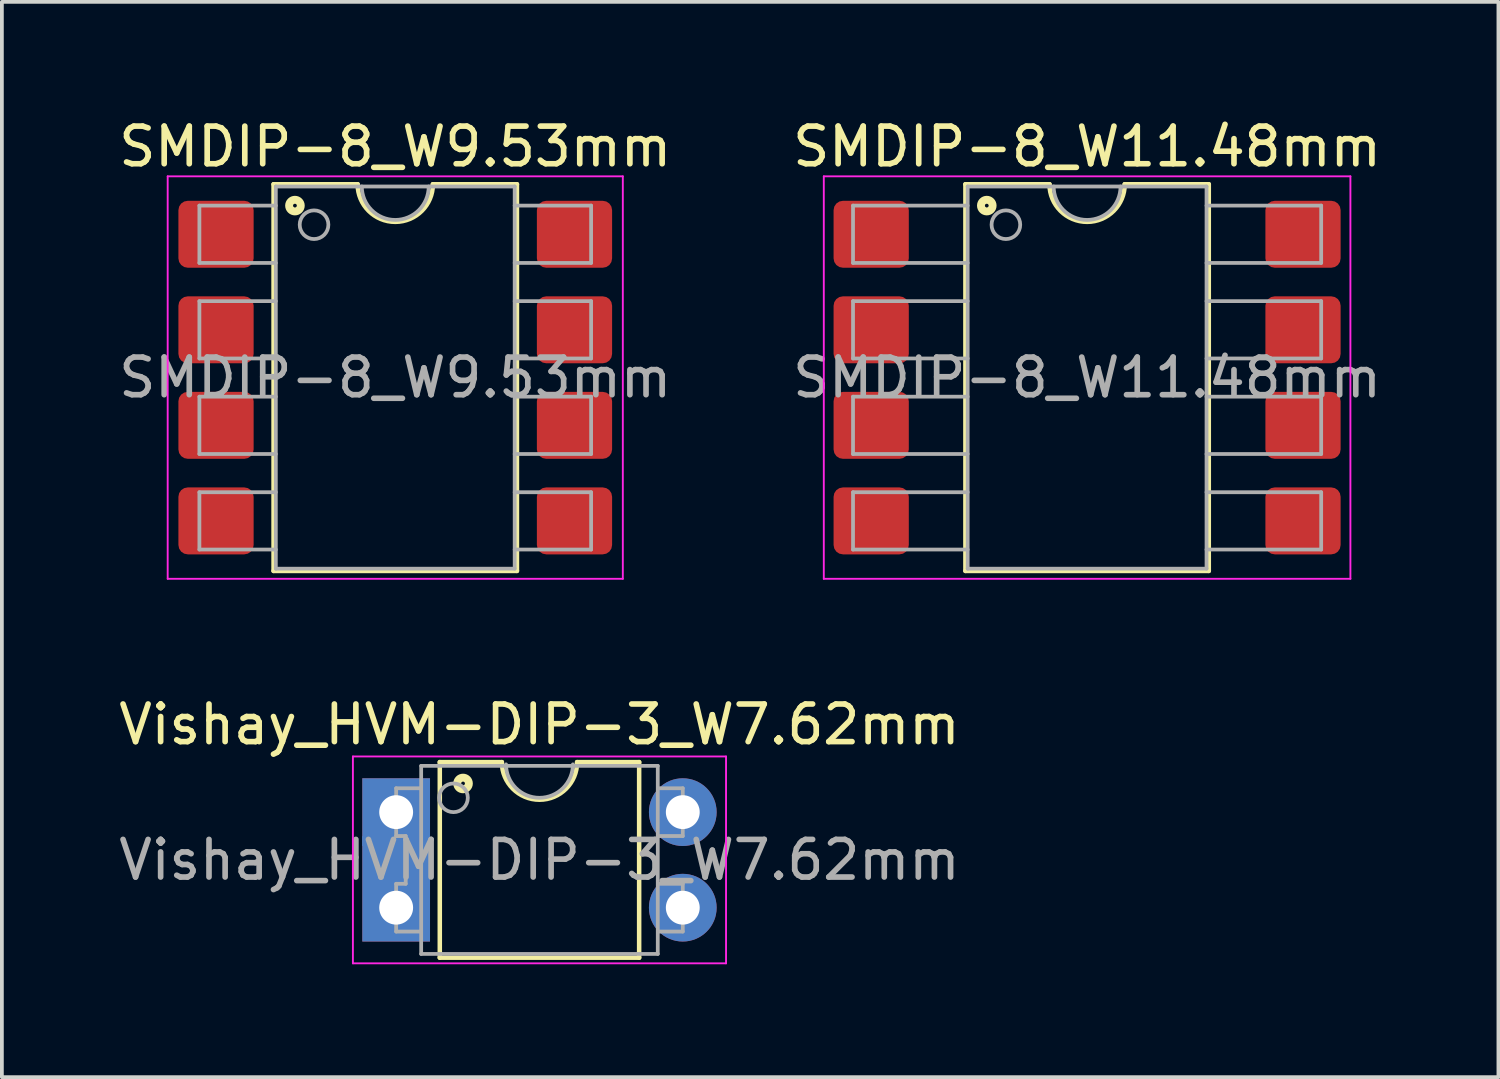
<source format=kicad_pcb>
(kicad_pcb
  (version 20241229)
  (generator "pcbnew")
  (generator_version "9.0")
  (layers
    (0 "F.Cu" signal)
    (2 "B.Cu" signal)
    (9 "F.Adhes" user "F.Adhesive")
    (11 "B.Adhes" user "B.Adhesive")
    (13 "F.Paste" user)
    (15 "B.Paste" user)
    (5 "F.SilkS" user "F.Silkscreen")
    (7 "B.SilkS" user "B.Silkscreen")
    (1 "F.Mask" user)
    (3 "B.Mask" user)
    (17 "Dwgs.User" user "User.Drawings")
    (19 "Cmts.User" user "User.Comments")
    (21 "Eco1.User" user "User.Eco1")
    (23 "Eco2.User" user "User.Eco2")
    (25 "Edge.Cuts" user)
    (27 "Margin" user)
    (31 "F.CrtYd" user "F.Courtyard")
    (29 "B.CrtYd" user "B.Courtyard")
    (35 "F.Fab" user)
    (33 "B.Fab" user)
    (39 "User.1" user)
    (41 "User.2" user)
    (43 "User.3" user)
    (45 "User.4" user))
  (footprint "SMDIP-8_W11.48mm"
    (layer "F.Cu")
    (at 25.851 6.988)
    (property "Reference" "SMDIP-8_W11.48mm" (at 0 -6.14 0) (layer "F.SilkS") (effects (font (size 1 1) (thickness 0.15))))
    (attr smd)
    (fp_line (start -3.235 -5.14) (end -3.235 5.14) (stroke (width 0.12) (type solid)) (layer "F.SilkS"))
    (fp_line (start -3.235 5.14) (end 3.235 5.14) (stroke (width 0.12) (type solid)) (layer "F.SilkS"))
    (fp_line (start -1 -5.14) (end -3.235 -5.14) (stroke (width 0.12) (type solid)) (layer "F.SilkS"))
    (fp_line (start 3.235 -5.14) (end 1 -5.14) (stroke (width 0.12) (type solid)) (layer "F.SilkS"))
    (fp_line (start 3.235 5.14) (end 3.235 -5.14) (stroke (width 0.12) (type solid)) (layer "F.SilkS"))
    (fp_arc (start 1 -5.14) (mid 0 -4.14) (end -1 -5.14) (stroke (width 0.12) (type solid)) (layer "F.SilkS"))
    (fp_circle (center -2.667 -4.572) (end -2.617 -4.572) (stroke (width 0.12) (type solid)) (fill no) (layer "F.SilkS"))
    (fp_circle (center -2.667 -4.572) (end -2.542 -4.572) (stroke (width 0.12) (type solid)) (fill no) (layer "F.SilkS"))
    (fp_circle (center -2.667 -4.572) (end -2.467 -4.572) (stroke (width 0.12) (type solid)) (fill no) (layer "F.SilkS"))
    (fp_line (start -7 -5.35) (end -7 5.35) (stroke (width 0.05) (type solid)) (layer "F.CrtYd"))
    (fp_line (start -7 5.35) (end 7 5.35) (stroke (width 0.05) (type solid)) (layer "F.CrtYd"))
    (fp_line (start 7 -5.35) (end -7 -5.35) (stroke (width 0.05) (type solid)) (layer "F.CrtYd"))
    (fp_line (start 7 5.35) (end 7 -5.35) (stroke (width 0.05) (type solid)) (layer "F.CrtYd"))
    (fp_line (start -6.223 -4.572) (end -6.223 -3.048) (stroke (width 0.1) (type solid)) (layer "F.Fab"))
    (fp_line (start -6.223 -4.572) (end -3.175 -4.572) (stroke (width 0.1) (type solid)) (layer "F.Fab"))
    (fp_line (start -6.223 -3.048) (end -3.175 -3.048) (stroke (width 0.1) (type solid)) (layer "F.Fab"))
    (fp_line (start -6.223 -2.032) (end -6.223 -0.508) (stroke (width 0.1) (type solid)) (layer "F.Fab"))
    (fp_line (start -6.223 -2.032) (end -3.175 -2.032) (stroke (width 0.1) (type solid)) (layer "F.Fab"))
    (fp_line (start -6.223 -0.508) (end -3.175 -0.508) (stroke (width 0.1) (type solid)) (layer "F.Fab"))
    (fp_line (start -6.223 0.508) (end -6.223 2.032) (stroke (width 0.1) (type solid)) (layer "F.Fab"))
    (fp_line (start -6.223 0.508) (end -3.175 0.508) (stroke (width 0.1) (type solid)) (layer "F.Fab"))
    (fp_line (start -6.223 2.032) (end -3.175 2.032) (stroke (width 0.1) (type solid)) (layer "F.Fab"))
    (fp_line (start -6.223 3.048) (end -6.223 4.572) (stroke (width 0.1) (type solid)) (layer "F.Fab"))
    (fp_line (start -6.223 3.048) (end -3.175 3.048) (stroke (width 0.1) (type solid)) (layer "F.Fab"))
    (fp_line (start -6.223 4.572) (end -3.175 4.572) (stroke (width 0.1) (type solid)) (layer "F.Fab"))
    (fp_line (start -3.175 -5.08) (end 3.175 -5.08) (stroke (width 0.1) (type solid)) (layer "F.Fab"))
    (fp_line (start -3.175 5.08) (end -3.175 -5.08) (stroke (width 0.1) (type solid)) (layer "F.Fab"))
    (fp_line (start 3.175 -5.08) (end 3.175 5.08) (stroke (width 0.1) (type solid)) (layer "F.Fab"))
    (fp_line (start 3.175 5.08) (end -3.175 5.08) (stroke (width 0.1) (type solid)) (layer "F.Fab"))
    (fp_line (start 6.223 -4.572) (end 3.175 -4.572) (stroke (width 0.1) (type solid)) (layer "F.Fab"))
    (fp_line (start 6.223 -3.048) (end 3.175 -3.048) (stroke (width 0.1) (type solid)) (layer "F.Fab"))
    (fp_line (start 6.223 -3.048) (end 6.223 -4.572) (stroke (width 0.1) (type solid)) (layer "F.Fab"))
    (fp_line (start 6.223 -2.032) (end 3.175 -2.032) (stroke (width 0.1) (type solid)) (layer "F.Fab"))
    (fp_line (start 6.223 -0.508) (end 3.175 -0.508) (stroke (width 0.1) (type solid)) (layer "F.Fab"))
    (fp_line (start 6.223 -0.508) (end 6.223 -2.032) (stroke (width 0.1) (type solid)) (layer "F.Fab"))
    (fp_line (start 6.223 0.508) (end 3.175 0.508) (stroke (width 0.1) (type solid)) (layer "F.Fab"))
    (fp_line (start 6.223 2.032) (end 3.175 2.032) (stroke (width 0.1) (type solid)) (layer "F.Fab"))
    (fp_line (start 6.223 2.032) (end 6.223 0.508) (stroke (width 0.1) (type solid)) (layer "F.Fab"))
    (fp_line (start 6.223 3.048) (end 3.175 3.048) (stroke (width 0.1) (type solid)) (layer "F.Fab"))
    (fp_line (start 6.223 4.572) (end 3.175 4.572) (stroke (width 0.1) (type solid)) (layer "F.Fab"))
    (fp_line (start 6.223 4.572) (end 6.223 3.048) (stroke (width 0.1) (type solid)) (layer "F.Fab"))
    (fp_arc (start 0.889 -5.08) (mid 0 -4.191) (end -0.889 -5.08) (stroke (width 0.1) (type solid)) (layer "F.Fab"))
    (fp_circle (center -2.159 -4.064) (end -1.778 -4.064) (stroke (width 0.1) (type solid)) (fill no) (layer "F.Fab"))
    (fp_text user "${REFERENCE}" (at 0 0 0) (layer "F.Fab") (effects (font (size 1 1) (thickness 0.15))))
    (pad "1" smd roundrect (at -5.74 -3.81) (size 2 1.78) (layers "F.Cu" "F.Mask" "F.Paste") (roundrect_rratio 0.14))
    (pad "2" smd roundrect (at -5.74 -1.27) (size 2 1.78) (layers "F.Cu" "F.Mask" "F.Paste") (roundrect_rratio 0.14))
    (pad "3" smd roundrect (at -5.74 1.27) (size 2 1.78) (layers "F.Cu" "F.Mask" "F.Paste") (roundrect_rratio 0.14))
    (pad "4" smd roundrect (at -5.74 3.81) (size 2 1.78) (layers "F.Cu" "F.Mask" "F.Paste") (roundrect_rratio 0.14))
    (pad "5" smd roundrect (at 5.74 3.81) (size 2 1.78) (layers "F.Cu" "F.Mask" "F.Paste") (roundrect_rratio 0.14))
    (pad "6" smd roundrect (at 5.74 1.27) (size 2 1.78) (layers "F.Cu" "F.Mask" "F.Paste") (roundrect_rratio 0.14))
    (pad "7" smd roundrect (at 5.74 -1.27) (size 2 1.78) (layers "F.Cu" "F.Mask" "F.Paste") (roundrect_rratio 0.14))
    (pad "8" smd roundrect (at 5.74 -3.81) (size 2 1.78) (layers "F.Cu" "F.Mask" "F.Paste") (roundrect_rratio 0.14)))
  (footprint "SMDIP-8_W9.53mm"
    (layer "F.Cu")
    (at 7.458 6.988)
    (property "Reference" "SMDIP-8_W9.53mm" (at 0 -6.14 0) (layer "F.SilkS") (effects (font (size 1 1) (thickness 0.15))))
    (attr smd)
    (fp_line (start -3.235 -5.14) (end -3.235 5.14) (stroke (width 0.12) (type solid)) (layer "F.SilkS"))
    (fp_line (start -3.235 5.14) (end 3.235 5.14) (stroke (width 0.12) (type solid)) (layer "F.SilkS"))
    (fp_line (start -1 -5.14) (end -3.235 -5.14) (stroke (width 0.12) (type solid)) (layer "F.SilkS"))
    (fp_line (start 3.235 -5.14) (end 1 -5.14) (stroke (width 0.12) (type solid)) (layer "F.SilkS"))
    (fp_line (start 3.235 5.14) (end 3.235 -5.14) (stroke (width 0.12) (type solid)) (layer "F.SilkS"))
    (fp_arc (start 1 -5.14) (mid 0 -4.14) (end -1 -5.14) (stroke (width 0.12) (type solid)) (layer "F.SilkS"))
    (fp_circle (center -2.667 -4.572) (end -2.617 -4.572) (stroke (width 0.12) (type solid)) (fill no) (layer "F.SilkS"))
    (fp_circle (center -2.667 -4.572) (end -2.542 -4.572) (stroke (width 0.12) (type solid)) (fill no) (layer "F.SilkS"))
    (fp_circle (center -2.667 -4.572) (end -2.467 -4.572) (stroke (width 0.12) (type solid)) (fill no) (layer "F.SilkS"))
    (fp_line (start -6.05 -5.35) (end -6.05 5.35) (stroke (width 0.05) (type solid)) (layer "F.CrtYd"))
    (fp_line (start -6.05 5.35) (end 6.05 5.35) (stroke (width 0.05) (type solid)) (layer "F.CrtYd"))
    (fp_line (start 6.05 -5.35) (end -6.05 -5.35) (stroke (width 0.05) (type solid)) (layer "F.CrtYd"))
    (fp_line (start 6.05 5.35) (end 6.05 -5.35) (stroke (width 0.05) (type solid)) (layer "F.CrtYd"))
    (fp_line (start -5.207 -4.572) (end -5.207 -3.048) (stroke (width 0.1) (type solid)) (layer "F.Fab"))
    (fp_line (start -5.207 -4.572) (end -3.175 -4.572) (stroke (width 0.1) (type solid)) (layer "F.Fab"))
    (fp_line (start -5.207 -3.048) (end -3.175 -3.048) (stroke (width 0.1) (type solid)) (layer "F.Fab"))
    (fp_line (start -5.207 -2.032) (end -5.207 -0.508) (stroke (width 0.1) (type solid)) (layer "F.Fab"))
    (fp_line (start -5.207 -2.032) (end -3.175 -2.032) (stroke (width 0.1) (type solid)) (layer "F.Fab"))
    (fp_line (start -5.207 -0.508) (end -3.175 -0.508) (stroke (width 0.1) (type solid)) (layer "F.Fab"))
    (fp_line (start -5.207 0.508) (end -5.207 2.032) (stroke (width 0.1) (type solid)) (layer "F.Fab"))
    (fp_line (start -5.207 0.508) (end -3.175 0.508) (stroke (width 0.1) (type solid)) (layer "F.Fab"))
    (fp_line (start -5.207 2.032) (end -3.175 2.032) (stroke (width 0.1) (type solid)) (layer "F.Fab"))
    (fp_line (start -5.207 3.048) (end -5.207 4.572) (stroke (width 0.1) (type solid)) (layer "F.Fab"))
    (fp_line (start -5.207 3.048) (end -3.175 3.048) (stroke (width 0.1) (type solid)) (layer "F.Fab"))
    (fp_line (start -5.207 4.572) (end -3.175 4.572) (stroke (width 0.1) (type solid)) (layer "F.Fab"))
    (fp_line (start -3.175 -5.08) (end 3.175 -5.08) (stroke (width 0.1) (type solid)) (layer "F.Fab"))
    (fp_line (start -3.175 5.08) (end -3.175 -5.08) (stroke (width 0.1) (type solid)) (layer "F.Fab"))
    (fp_line (start 3.175 -5.08) (end 3.175 5.08) (stroke (width 0.1) (type solid)) (layer "F.Fab"))
    (fp_line (start 3.175 5.08) (end -3.175 5.08) (stroke (width 0.1) (type solid)) (layer "F.Fab"))
    (fp_line (start 5.207 -4.572) (end 3.175 -4.572) (stroke (width 0.1) (type solid)) (layer "F.Fab"))
    (fp_line (start 5.207 -3.048) (end 3.175 -3.048) (stroke (width 0.1) (type solid)) (layer "F.Fab"))
    (fp_line (start 5.207 -3.048) (end 5.207 -4.572) (stroke (width 0.1) (type solid)) (layer "F.Fab"))
    (fp_line (start 5.207 -2.032) (end 3.175 -2.032) (stroke (width 0.1) (type solid)) (layer "F.Fab"))
    (fp_line (start 5.207 -0.508) (end 3.175 -0.508) (stroke (width 0.1) (type solid)) (layer "F.Fab"))
    (fp_line (start 5.207 -0.508) (end 5.207 -2.032) (stroke (width 0.1) (type solid)) (layer "F.Fab"))
    (fp_line (start 5.207 0.508) (end 3.175 0.508) (stroke (width 0.1) (type solid)) (layer "F.Fab"))
    (fp_line (start 5.207 2.032) (end 3.175 2.032) (stroke (width 0.1) (type solid)) (layer "F.Fab"))
    (fp_line (start 5.207 2.032) (end 5.207 0.508) (stroke (width 0.1) (type solid)) (layer "F.Fab"))
    (fp_line (start 5.207 3.048) (end 3.175 3.048) (stroke (width 0.1) (type solid)) (layer "F.Fab"))
    (fp_line (start 5.207 4.572) (end 3.175 4.572) (stroke (width 0.1) (type solid)) (layer "F.Fab"))
    (fp_line (start 5.207 4.572) (end 5.207 3.048) (stroke (width 0.1) (type solid)) (layer "F.Fab"))
    (fp_arc (start 0.889 -5.08) (mid 0 -4.191) (end -0.889 -5.08) (stroke (width 0.1) (type solid)) (layer "F.Fab"))
    (fp_circle (center -2.159 -4.064) (end -1.778 -4.064) (stroke (width 0.1) (type solid)) (fill no) (layer "F.Fab"))
    (fp_text user "${REFERENCE}" (at 0 0 0) (layer "F.Fab") (effects (font (size 1 1) (thickness 0.15))))
    (pad "1" smd roundrect (at -4.765 -3.81) (size 2 1.78) (layers "F.Cu" "F.Mask" "F.Paste") (roundrect_rratio 0.14))
    (pad "2" smd roundrect (at -4.765 -1.27) (size 2 1.78) (layers "F.Cu" "F.Mask" "F.Paste") (roundrect_rratio 0.14))
    (pad "3" smd roundrect (at -4.765 1.27) (size 2 1.78) (layers "F.Cu" "F.Mask" "F.Paste") (roundrect_rratio 0.14))
    (pad "4" smd roundrect (at -4.765 3.81) (size 2 1.78) (layers "F.Cu" "F.Mask" "F.Paste") (roundrect_rratio 0.14))
    (pad "5" smd roundrect (at 4.765 3.81) (size 2 1.78) (layers "F.Cu" "F.Mask" "F.Paste") (roundrect_rratio 0.14))
    (pad "6" smd roundrect (at 4.765 1.27) (size 2 1.78) (layers "F.Cu" "F.Mask" "F.Paste") (roundrect_rratio 0.14))
    (pad "7" smd roundrect (at 4.765 -1.27) (size 2 1.78) (layers "F.Cu" "F.Mask" "F.Paste") (roundrect_rratio 0.14))
    (pad "8" smd roundrect (at 4.765 -3.81) (size 2 1.78) (layers "F.Cu" "F.Mask" "F.Paste") (roundrect_rratio 0.14)))
  (footprint "Vishay_HVM-DIP-3_W7.62mm"
    (layer "F.Cu")
    (at 7.482 18.541)
    (property "Reference" "Vishay_HVM-DIP-3_W7.62mm" (at 3.81 -2.33 0) (layer "F.SilkS") (effects (font (size 1 1) (thickness 0.15))))
    (attr through_hole)
    (fp_line (start 1.16 -1.33) (end 1.16 3.87) (stroke (width 0.12) (type solid)) (layer "F.SilkS"))
    (fp_line (start 1.16 3.87) (end 6.46 3.87) (stroke (width 0.12) (type solid)) (layer "F.SilkS"))
    (fp_line (start 2.81 -1.33) (end 1.16 -1.33) (stroke (width 0.12) (type solid)) (layer "F.SilkS"))
    (fp_line (start 6.46 -1.33) (end 4.81 -1.33) (stroke (width 0.12) (type solid)) (layer "F.SilkS"))
    (fp_line (start 6.46 3.87) (end 6.46 -1.33) (stroke (width 0.12) (type solid)) (layer "F.SilkS"))
    (fp_arc (start 4.81 -1.33) (mid 3.81 -0.33) (end 2.81 -1.33) (stroke (width 0.12) (type solid)) (layer "F.SilkS"))
    (fp_circle (center 1.778 -0.762) (end 1.828 -0.762) (stroke (width 0.12) (type solid)) (fill no) (layer "F.SilkS"))
    (fp_circle (center 1.778 -0.762) (end 1.903 -0.762) (stroke (width 0.12) (type solid)) (fill no) (layer "F.SilkS"))
    (fp_circle (center 1.778 -0.762) (end 1.978 -0.762) (stroke (width 0.12) (type solid)) (fill no) (layer "F.SilkS"))
    (fp_line (start -1.15 -1.48) (end -1.15 4.02) (stroke (width 0.05) (type solid)) (layer "F.CrtYd"))
    (fp_line (start -1.15 -1.48) (end 8.77 -1.48) (stroke (width 0.05) (type solid)) (layer "F.CrtYd"))
    (fp_line (start 8.77 4.02) (end -1.15 4.02) (stroke (width 0.05) (type solid)) (layer "F.CrtYd"))
    (fp_line (start 8.77 4.02) (end 8.77 -1.48) (stroke (width 0.05) (type solid)) (layer "F.CrtYd"))
    (fp_line (start 0 -0.635) (end 0 0.635) (stroke (width 0.1) (type solid)) (layer "F.Fab"))
    (fp_line (start 0 -0.635) (end 0.635 -0.635) (stroke (width 0.1) (type solid)) (layer "F.Fab"))
    (fp_line (start 0 0.635) (end 0.254 0.635) (stroke (width 0.1) (type solid)) (layer "F.Fab"))
    (fp_line (start 0 1.905) (end 0 3.175) (stroke (width 0.1) (type solid)) (layer "F.Fab"))
    (fp_line (start 0 1.905) (end 0.254 1.905) (stroke (width 0.1) (type solid)) (layer "F.Fab"))
    (fp_line (start 0 3.175) (end 0.635 3.175) (stroke (width 0.1) (type solid)) (layer "F.Fab"))
    (fp_line (start 0.254 1.905) (end 0.254 0.635) (stroke (width 0.1) (type solid)) (layer "F.Fab"))
    (fp_line (start 0.665 -1.23) (end 6.955 -1.23) (stroke (width 0.1) (type solid)) (layer "F.Fab"))
    (fp_line (start 0.665 3.77) (end 0.665 -1.23) (stroke (width 0.1) (type solid)) (layer "F.Fab"))
    (fp_line (start 6.955 -1.23) (end 6.955 3.77) (stroke (width 0.1) (type solid)) (layer "F.Fab"))
    (fp_line (start 6.955 3.77) (end 0.665 3.77) (stroke (width 0.1) (type solid)) (layer "F.Fab"))
    (fp_line (start 7.62 -0.635) (end 6.985 -0.635) (stroke (width 0.1) (type solid)) (layer "F.Fab"))
    (fp_line (start 7.62 0.635) (end 6.985 0.635) (stroke (width 0.1) (type solid)) (layer "F.Fab"))
    (fp_line (start 7.62 0.635) (end 7.62 -0.635) (stroke (width 0.1) (type solid)) (layer "F.Fab"))
    (fp_line (start 7.62 1.905) (end 6.985 1.905) (stroke (width 0.1) (type solid)) (layer "F.Fab"))
    (fp_line (start 7.62 3.175) (end 6.985 3.175) (stroke (width 0.1) (type solid)) (layer "F.Fab"))
    (fp_line (start 7.62 3.175) (end 7.62 1.905) (stroke (width 0.1) (type solid)) (layer "F.Fab"))
    (fp_arc (start 4.699 -1.27) (mid 3.81 -0.381) (end 2.921 -1.27) (stroke (width 0.1) (type solid)) (layer "F.Fab"))
    (fp_circle (center 1.524 -0.381) (end 1.905 -0.381) (stroke (width 0.1) (type solid)) (fill no) (layer "F.Fab"))
    (fp_text user "${REFERENCE}" (at 3.81 1.27 0) (layer "F.Fab") (effects (font (size 1 1) (thickness 0.15))))
    (pad "1" thru_hole rect (at 0 0) (size 1.8 1.8) (drill 0.9) (layers "*.Cu" "*.Mask"))
    (pad "1" thru_hole rect (at 0 2.54) (size 1.8 2.8) (drill 0.9 (offset 0 -0.5)) (layers "*.Cu" "*.Mask"))
    (pad "2" thru_hole oval (at 7.62 2.54) (size 1.8 1.8) (drill 0.9) (layers "*.Cu" "*.Mask"))
    (pad "3" thru_hole oval (at 7.62 0) (size 1.8 1.8) (drill 0.9) (layers "*.Cu" "*.Mask")))
  (gr_rect
    (start -3 -3)
    (end 36.786 25.587)
    (stroke (width 0.1) (type default))
    (fill no)
    (layer "Edge.Cuts")))
</source>
